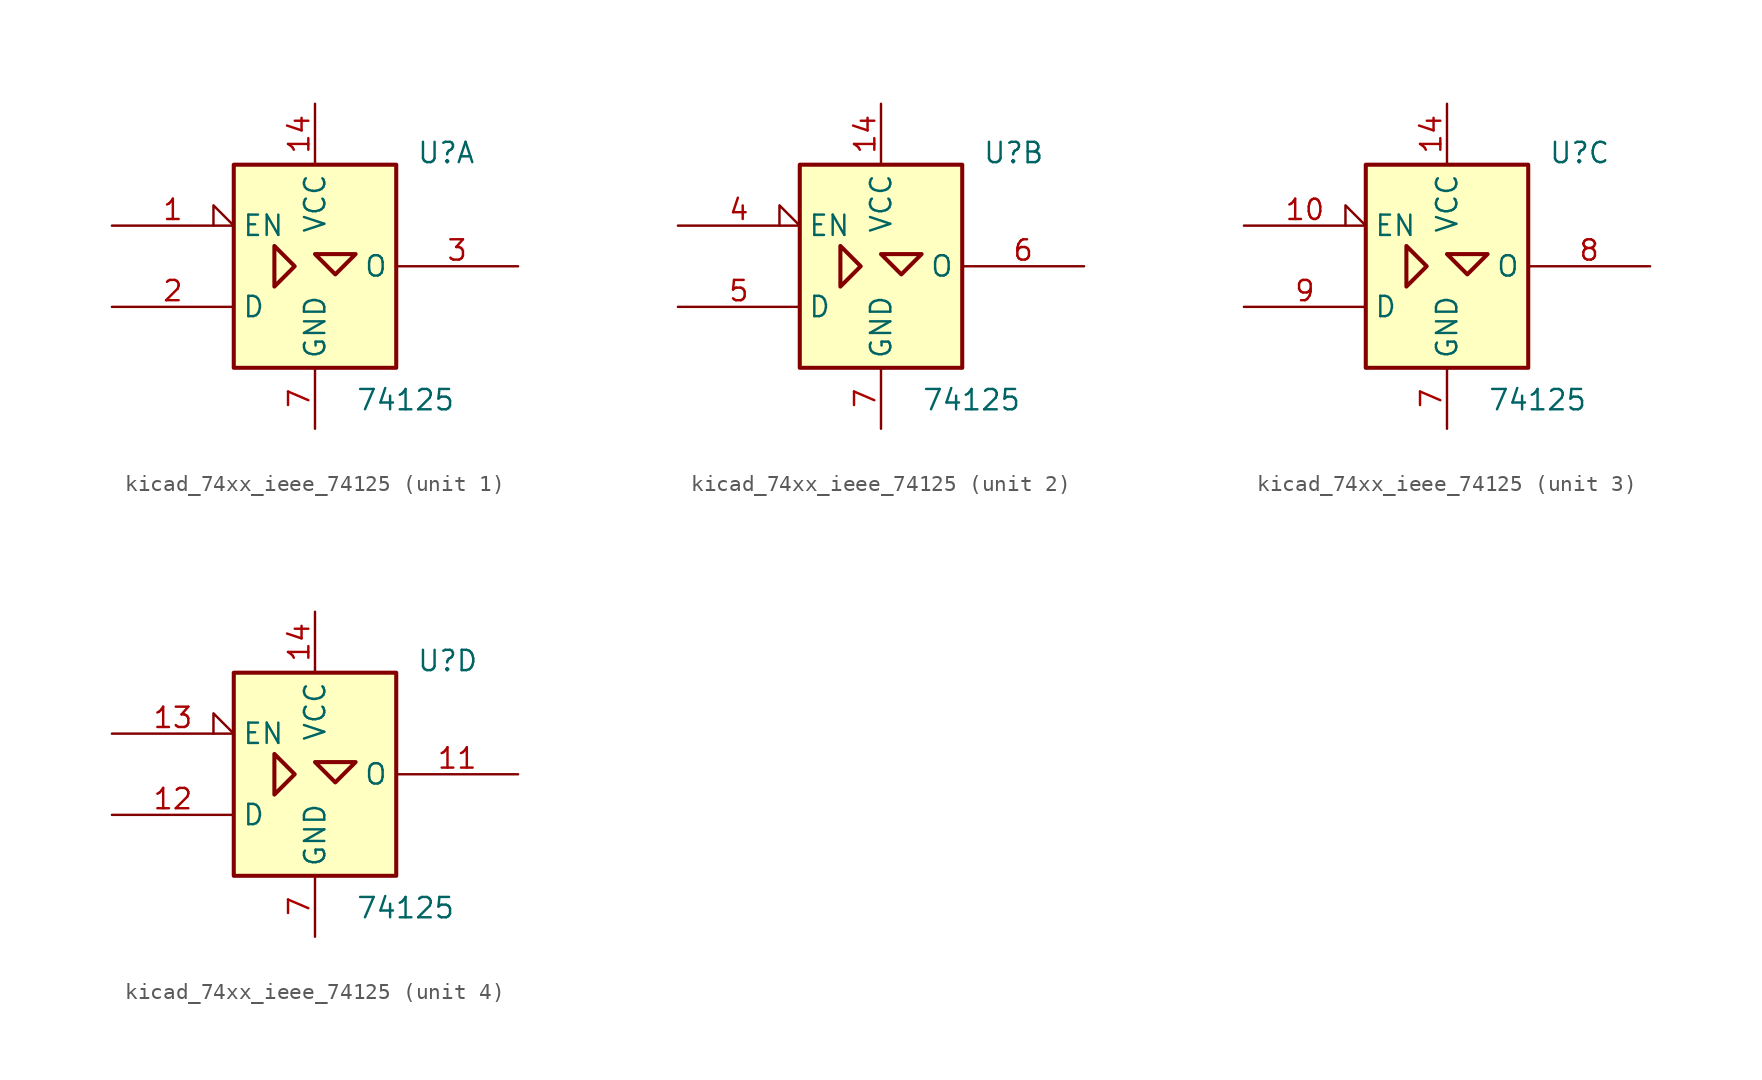
<source format=kicad_sym>
(kicad_symbol_lib
  (version 20220914)
  (generator kicad_symbol_editor)
  (symbol "kicad_74xx_ieee_74125"
    (property "Reference" "U"
      (at 6.35 6.35 0)
      (effects (font (size 1.27 1.27)) (justify left bottom)))
    (property "Value" "74125"
      (at 2.54 -7.62 0)
      (effects (font (size 1.27 1.27)) (justify left top)))
    (symbol "kicad_74xx_ieee_74125_0_1"
      (rectangle (start -5.08 6.35) (end 5.08 -6.35) (stroke (width 0.254) (type default)) (fill (type background)))
      (polyline (pts (xy -2.54 1.27) (xy -2.54 -1.27) (xy -1.27 0) (xy -2.54 1.27) (xy -2.54 1.27)) (stroke (width 0.254) (type default)) (fill (type background)))
      (polyline (pts (xy 0 0.762) (xy 2.54 0.762) (xy 1.27 -0.508) (xy 0 0.762) (xy 0 0.762)) (stroke (width 0.254) (type default)) (fill (type background)))
      (pin power_in line (at 0 10.16 270) (length 3.81) (name "VCC" (effects (font (size 1.27 1.27)))) (number "14" (effects (font (size 1.27 1.27)))))
      (pin power_in line (at 0 -10.16 90) (length 3.81) (name "GND" (effects (font (size 1.27 1.27)))) (number "7" (effects (font (size 1.27 1.27))))))
    (symbol "kicad_74xx_ieee_74125_1_0"
      (pin input input_low (at -12.7 2.54 0) (length 7.62) (name "EN" (effects (font (size 1.27 1.27)))) (number "1" (effects (font (size 1.27 1.27))))))
    (symbol "kicad_74xx_ieee_74125_1_1"
      (pin input line (at -12.7 -2.54 0) (length 7.62) (name "D" (effects (font (size 1.27 1.27)))) (number "2" (effects (font (size 1.27 1.27)))))
      (pin tri_state line (at 12.7 0 180) (length 7.62) (name "O" (effects (font (size 1.27 1.27)))) (number "3" (effects (font (size 1.27 1.27))))))
    (symbol "kicad_74xx_ieee_74125_2_0"
      (pin input input_low (at -12.7 2.54 0) (length 7.62) (name "EN" (effects (font (size 1.27 1.27)))) (number "4" (effects (font (size 1.27 1.27))))))
    (symbol "kicad_74xx_ieee_74125_2_1"
      (pin input line (at -12.7 -2.54 0) (length 7.62) (name "D" (effects (font (size 1.27 1.27)))) (number "5" (effects (font (size 1.27 1.27)))))
      (pin tri_state line (at 12.7 0 180) (length 7.62) (name "O" (effects (font (size 1.27 1.27)))) (number "6" (effects (font (size 1.27 1.27))))))
    (symbol "kicad_74xx_ieee_74125_3_0"
      (pin input input_low (at -12.7 2.54 0) (length 7.62) (name "EN" (effects (font (size 1.27 1.27)))) (number "10" (effects (font (size 1.27 1.27))))))
    (symbol "kicad_74xx_ieee_74125_3_1"
      (pin tri_state line (at 12.7 0 180) (length 7.62) (name "O" (effects (font (size 1.27 1.27)))) (number "8" (effects (font (size 1.27 1.27)))))
      (pin input line (at -12.7 -2.54 0) (length 7.62) (name "D" (effects (font (size 1.27 1.27)))) (number "9" (effects (font (size 1.27 1.27))))))
    (symbol "kicad_74xx_ieee_74125_4_0"
      (pin input input_low (at -12.7 2.54 0) (length 7.62) (name "EN" (effects (font (size 1.27 1.27)))) (number "13" (effects (font (size 1.27 1.27))))))
    (symbol "kicad_74xx_ieee_74125_4_1"
      (pin tri_state line (at 12.7 0 180) (length 7.62) (name "O" (effects (font (size 1.27 1.27)))) (number "11" (effects (font (size 1.27 1.27)))))
      (pin input line (at -12.7 -2.54 0) (length 7.62) (name "D" (effects (font (size 1.27 1.27)))) (number "12" (effects (font (size 1.27 1.27))))))))
</source>
